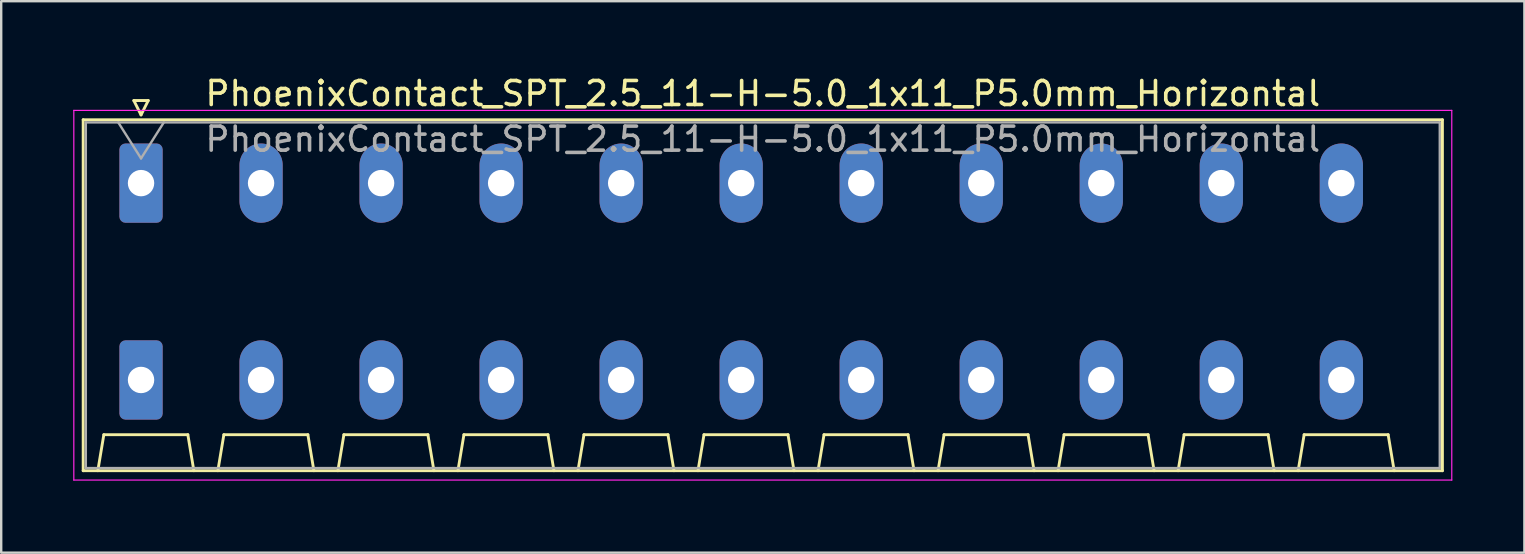
<source format=kicad_pcb>
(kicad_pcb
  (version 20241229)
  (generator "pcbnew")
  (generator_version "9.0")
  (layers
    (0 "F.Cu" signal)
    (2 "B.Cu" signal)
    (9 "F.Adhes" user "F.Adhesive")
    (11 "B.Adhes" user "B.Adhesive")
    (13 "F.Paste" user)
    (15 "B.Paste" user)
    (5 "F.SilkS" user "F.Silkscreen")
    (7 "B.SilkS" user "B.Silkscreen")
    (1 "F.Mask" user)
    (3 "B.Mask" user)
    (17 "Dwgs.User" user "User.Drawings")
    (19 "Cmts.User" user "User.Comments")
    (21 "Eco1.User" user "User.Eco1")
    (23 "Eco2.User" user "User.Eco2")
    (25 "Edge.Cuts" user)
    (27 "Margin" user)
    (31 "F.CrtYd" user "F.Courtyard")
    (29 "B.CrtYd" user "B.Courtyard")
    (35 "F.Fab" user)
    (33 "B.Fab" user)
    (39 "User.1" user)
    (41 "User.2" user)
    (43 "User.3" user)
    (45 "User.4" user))
  (footprint "PhoenixContact_SPT_2.5_11-H-5.0_1x11_P5.0mm_Horizontal"
    (layer "F.Cu")
    (at 2.825 4.578)
    (property "Reference" "PhoenixContact_SPT_2.5_11-H-5.0_1x11_P5.0mm_Horizontal" (at 25.9 -3.73 0) (layer "F.SilkS") (effects (font (size 1 1) (thickness 0.15))))
    (attr through_hole)
    (fp_line (start -2.41 -2.64) (end 54.21 -2.64) (stroke (width 0.12) (type solid)) (layer "F.SilkS"))
    (fp_line (start -2.41 11.98) (end -2.41 -2.64) (stroke (width 0.12) (type solid)) (layer "F.SilkS"))
    (fp_line (start -1.8 11.98) (end -1.55 10.48) (stroke (width 0.12) (type solid)) (layer "F.SilkS"))
    (fp_line (start -1.55 10.48) (end 1.95 10.48) (stroke (width 0.12) (type solid)) (layer "F.SilkS"))
    (fp_line (start -0.3 -3.44) (end 0 -2.84) (stroke (width 0.12) (type solid)) (layer "F.SilkS"))
    (fp_line (start -0.3 -3.44) (end 0.3 -3.44) (stroke (width 0.12) (type solid)) (layer "F.SilkS"))
    (fp_line (start 0.3 -3.44) (end 0 -2.84) (stroke (width 0.12) (type solid)) (layer "F.SilkS"))
    (fp_line (start 2.2 11.98) (end 1.95 10.48) (stroke (width 0.12) (type solid)) (layer "F.SilkS"))
    (fp_line (start 3.2 11.98) (end 3.45 10.48) (stroke (width 0.12) (type solid)) (layer "F.SilkS"))
    (fp_line (start 3.45 10.48) (end 6.95 10.48) (stroke (width 0.12) (type solid)) (layer "F.SilkS"))
    (fp_line (start 7.2 11.98) (end 6.95 10.48) (stroke (width 0.12) (type solid)) (layer "F.SilkS"))
    (fp_line (start 8.2 11.98) (end 8.45 10.48) (stroke (width 0.12) (type solid)) (layer "F.SilkS"))
    (fp_line (start 8.45 10.48) (end 11.95 10.48) (stroke (width 0.12) (type solid)) (layer "F.SilkS"))
    (fp_line (start 12.2 11.98) (end 11.95 10.48) (stroke (width 0.12) (type solid)) (layer "F.SilkS"))
    (fp_line (start 13.2 11.98) (end 13.45 10.48) (stroke (width 0.12) (type solid)) (layer "F.SilkS"))
    (fp_line (start 13.45 10.48) (end 16.95 10.48) (stroke (width 0.12) (type solid)) (layer "F.SilkS"))
    (fp_line (start 17.2 11.98) (end 16.95 10.48) (stroke (width 0.12) (type solid)) (layer "F.SilkS"))
    (fp_line (start 18.2 11.98) (end 18.45 10.48) (stroke (width 0.12) (type solid)) (layer "F.SilkS"))
    (fp_line (start 18.45 10.48) (end 21.95 10.48) (stroke (width 0.12) (type solid)) (layer "F.SilkS"))
    (fp_line (start 22.2 11.98) (end 21.95 10.48) (stroke (width 0.12) (type solid)) (layer "F.SilkS"))
    (fp_line (start 23.2 11.98) (end 23.45 10.48) (stroke (width 0.12) (type solid)) (layer "F.SilkS"))
    (fp_line (start 23.45 10.48) (end 26.95 10.48) (stroke (width 0.12) (type solid)) (layer "F.SilkS"))
    (fp_line (start 27.2 11.98) (end 26.95 10.48) (stroke (width 0.12) (type solid)) (layer "F.SilkS"))
    (fp_line (start 28.2 11.98) (end 28.45 10.48) (stroke (width 0.12) (type solid)) (layer "F.SilkS"))
    (fp_line (start 28.45 10.48) (end 31.95 10.48) (stroke (width 0.12) (type solid)) (layer "F.SilkS"))
    (fp_line (start 32.2 11.98) (end 31.95 10.48) (stroke (width 0.12) (type solid)) (layer "F.SilkS"))
    (fp_line (start 33.2 11.98) (end 33.45 10.48) (stroke (width 0.12) (type solid)) (layer "F.SilkS"))
    (fp_line (start 33.45 10.48) (end 36.95 10.48) (stroke (width 0.12) (type solid)) (layer "F.SilkS"))
    (fp_line (start 37.2 11.98) (end 36.95 10.48) (stroke (width 0.12) (type solid)) (layer "F.SilkS"))
    (fp_line (start 38.2 11.98) (end 38.45 10.48) (stroke (width 0.12) (type solid)) (layer "F.SilkS"))
    (fp_line (start 38.45 10.48) (end 41.95 10.48) (stroke (width 0.12) (type solid)) (layer "F.SilkS"))
    (fp_line (start 42.2 11.98) (end 41.95 10.48) (stroke (width 0.12) (type solid)) (layer "F.SilkS"))
    (fp_line (start 43.2 11.98) (end 43.45 10.48) (stroke (width 0.12) (type solid)) (layer "F.SilkS"))
    (fp_line (start 43.45 10.48) (end 46.95 10.48) (stroke (width 0.12) (type solid)) (layer "F.SilkS"))
    (fp_line (start 47.2 11.98) (end 46.95 10.48) (stroke (width 0.12) (type solid)) (layer "F.SilkS"))
    (fp_line (start 48.2 11.98) (end 48.45 10.48) (stroke (width 0.12) (type solid)) (layer "F.SilkS"))
    (fp_line (start 48.45 10.48) (end 51.95 10.48) (stroke (width 0.12) (type solid)) (layer "F.SilkS"))
    (fp_line (start 52.2 11.98) (end 51.95 10.48) (stroke (width 0.12) (type solid)) (layer "F.SilkS"))
    (fp_line (start 54.21 -2.64) (end 54.21 11.98) (stroke (width 0.12) (type solid)) (layer "F.SilkS"))
    (fp_line (start 54.21 11.98) (end -2.41 11.98) (stroke (width 0.12) (type solid)) (layer "F.SilkS"))
    (fp_line (start -2.8 -3.03) (end -2.8 12.37) (stroke (width 0.05) (type solid)) (layer "F.CrtYd"))
    (fp_line (start -2.8 12.37) (end 54.6 12.37) (stroke (width 0.05) (type solid)) (layer "F.CrtYd"))
    (fp_line (start 54.6 -3.03) (end -2.8 -3.03) (stroke (width 0.05) (type solid)) (layer "F.CrtYd"))
    (fp_line (start 54.6 12.37) (end 54.6 -3.03) (stroke (width 0.05) (type solid)) (layer "F.CrtYd"))
    (fp_line (start -2.3 -2.53) (end -2.3 11.87) (stroke (width 0.1) (type solid)) (layer "F.Fab"))
    (fp_line (start -2.3 11.87) (end 54.1 11.87) (stroke (width 0.1) (type solid)) (layer "F.Fab"))
    (fp_line (start -0.95 -2.53) (end 0 -1.03) (stroke (width 0.1) (type solid)) (layer "F.Fab"))
    (fp_line (start 0.95 -2.53) (end 0 -1.03) (stroke (width 0.1) (type solid)) (layer "F.Fab"))
    (fp_line (start 54.1 -2.53) (end -2.3 -2.53) (stroke (width 0.1) (type solid)) (layer "F.Fab"))
    (fp_line (start 54.1 11.87) (end 54.1 -2.53) (stroke (width 0.1) (type solid)) (layer "F.Fab"))
    (fp_text user "${REFERENCE}" (at 25.9 -1.83 0) (layer "F.Fab") (effects (font (size 1 1) (thickness 0.15))))
    (pad "1" thru_hole roundrect (at 0 0) (size 1.8 3.3) (drill 1.1) (layers "*.Cu" "*.Mask") (roundrect_rratio 0.139))
    (pad "1" thru_hole roundrect (at 0 8.2) (size 1.8 3.3) (drill 1.1) (layers "*.Cu" "*.Mask") (roundrect_rratio 0.139))
    (pad "2" thru_hole oval (at 5 0) (size 1.8 3.3) (drill 1.1) (layers "*.Cu" "*.Mask"))
    (pad "2" thru_hole oval (at 5 8.2) (size 1.8 3.3) (drill 1.1) (layers "*.Cu" "*.Mask"))
    (pad "3" thru_hole oval (at 10 0) (size 1.8 3.3) (drill 1.1) (layers "*.Cu" "*.Mask"))
    (pad "3" thru_hole oval (at 10 8.2) (size 1.8 3.3) (drill 1.1) (layers "*.Cu" "*.Mask"))
    (pad "4" thru_hole oval (at 15 0) (size 1.8 3.3) (drill 1.1) (layers "*.Cu" "*.Mask"))
    (pad "4" thru_hole oval (at 15 8.2) (size 1.8 3.3) (drill 1.1) (layers "*.Cu" "*.Mask"))
    (pad "5" thru_hole oval (at 20 0) (size 1.8 3.3) (drill 1.1) (layers "*.Cu" "*.Mask"))
    (pad "5" thru_hole oval (at 20 8.2) (size 1.8 3.3) (drill 1.1) (layers "*.Cu" "*.Mask"))
    (pad "6" thru_hole oval (at 25 0) (size 1.8 3.3) (drill 1.1) (layers "*.Cu" "*.Mask"))
    (pad "6" thru_hole oval (at 25 8.2) (size 1.8 3.3) (drill 1.1) (layers "*.Cu" "*.Mask"))
    (pad "7" thru_hole oval (at 30 0) (size 1.8 3.3) (drill 1.1) (layers "*.Cu" "*.Mask"))
    (pad "7" thru_hole oval (at 30 8.2) (size 1.8 3.3) (drill 1.1) (layers "*.Cu" "*.Mask"))
    (pad "8" thru_hole oval (at 35 0) (size 1.8 3.3) (drill 1.1) (layers "*.Cu" "*.Mask"))
    (pad "8" thru_hole oval (at 35 8.2) (size 1.8 3.3) (drill 1.1) (layers "*.Cu" "*.Mask"))
    (pad "9" thru_hole oval (at 40 0) (size 1.8 3.3) (drill 1.1) (layers "*.Cu" "*.Mask"))
    (pad "9" thru_hole oval (at 40 8.2) (size 1.8 3.3) (drill 1.1) (layers "*.Cu" "*.Mask"))
    (pad "10" thru_hole oval (at 45 0) (size 1.8 3.3) (drill 1.1) (layers "*.Cu" "*.Mask"))
    (pad "10" thru_hole oval (at 45 8.2) (size 1.8 3.3) (drill 1.1) (layers "*.Cu" "*.Mask"))
    (pad "11" thru_hole oval (at 50 0) (size 1.8 3.3) (drill 1.1) (layers "*.Cu" "*.Mask"))
    (pad "11" thru_hole oval (at 50 8.2) (size 1.8 3.3) (drill 1.1) (layers "*.Cu" "*.Mask")))
  (gr_rect
    (start -3 -3)
    (end 60.45 19.973)
    (stroke (width 0.1) (type default))
    (fill no)
    (layer "Edge.Cuts")))
</source>
